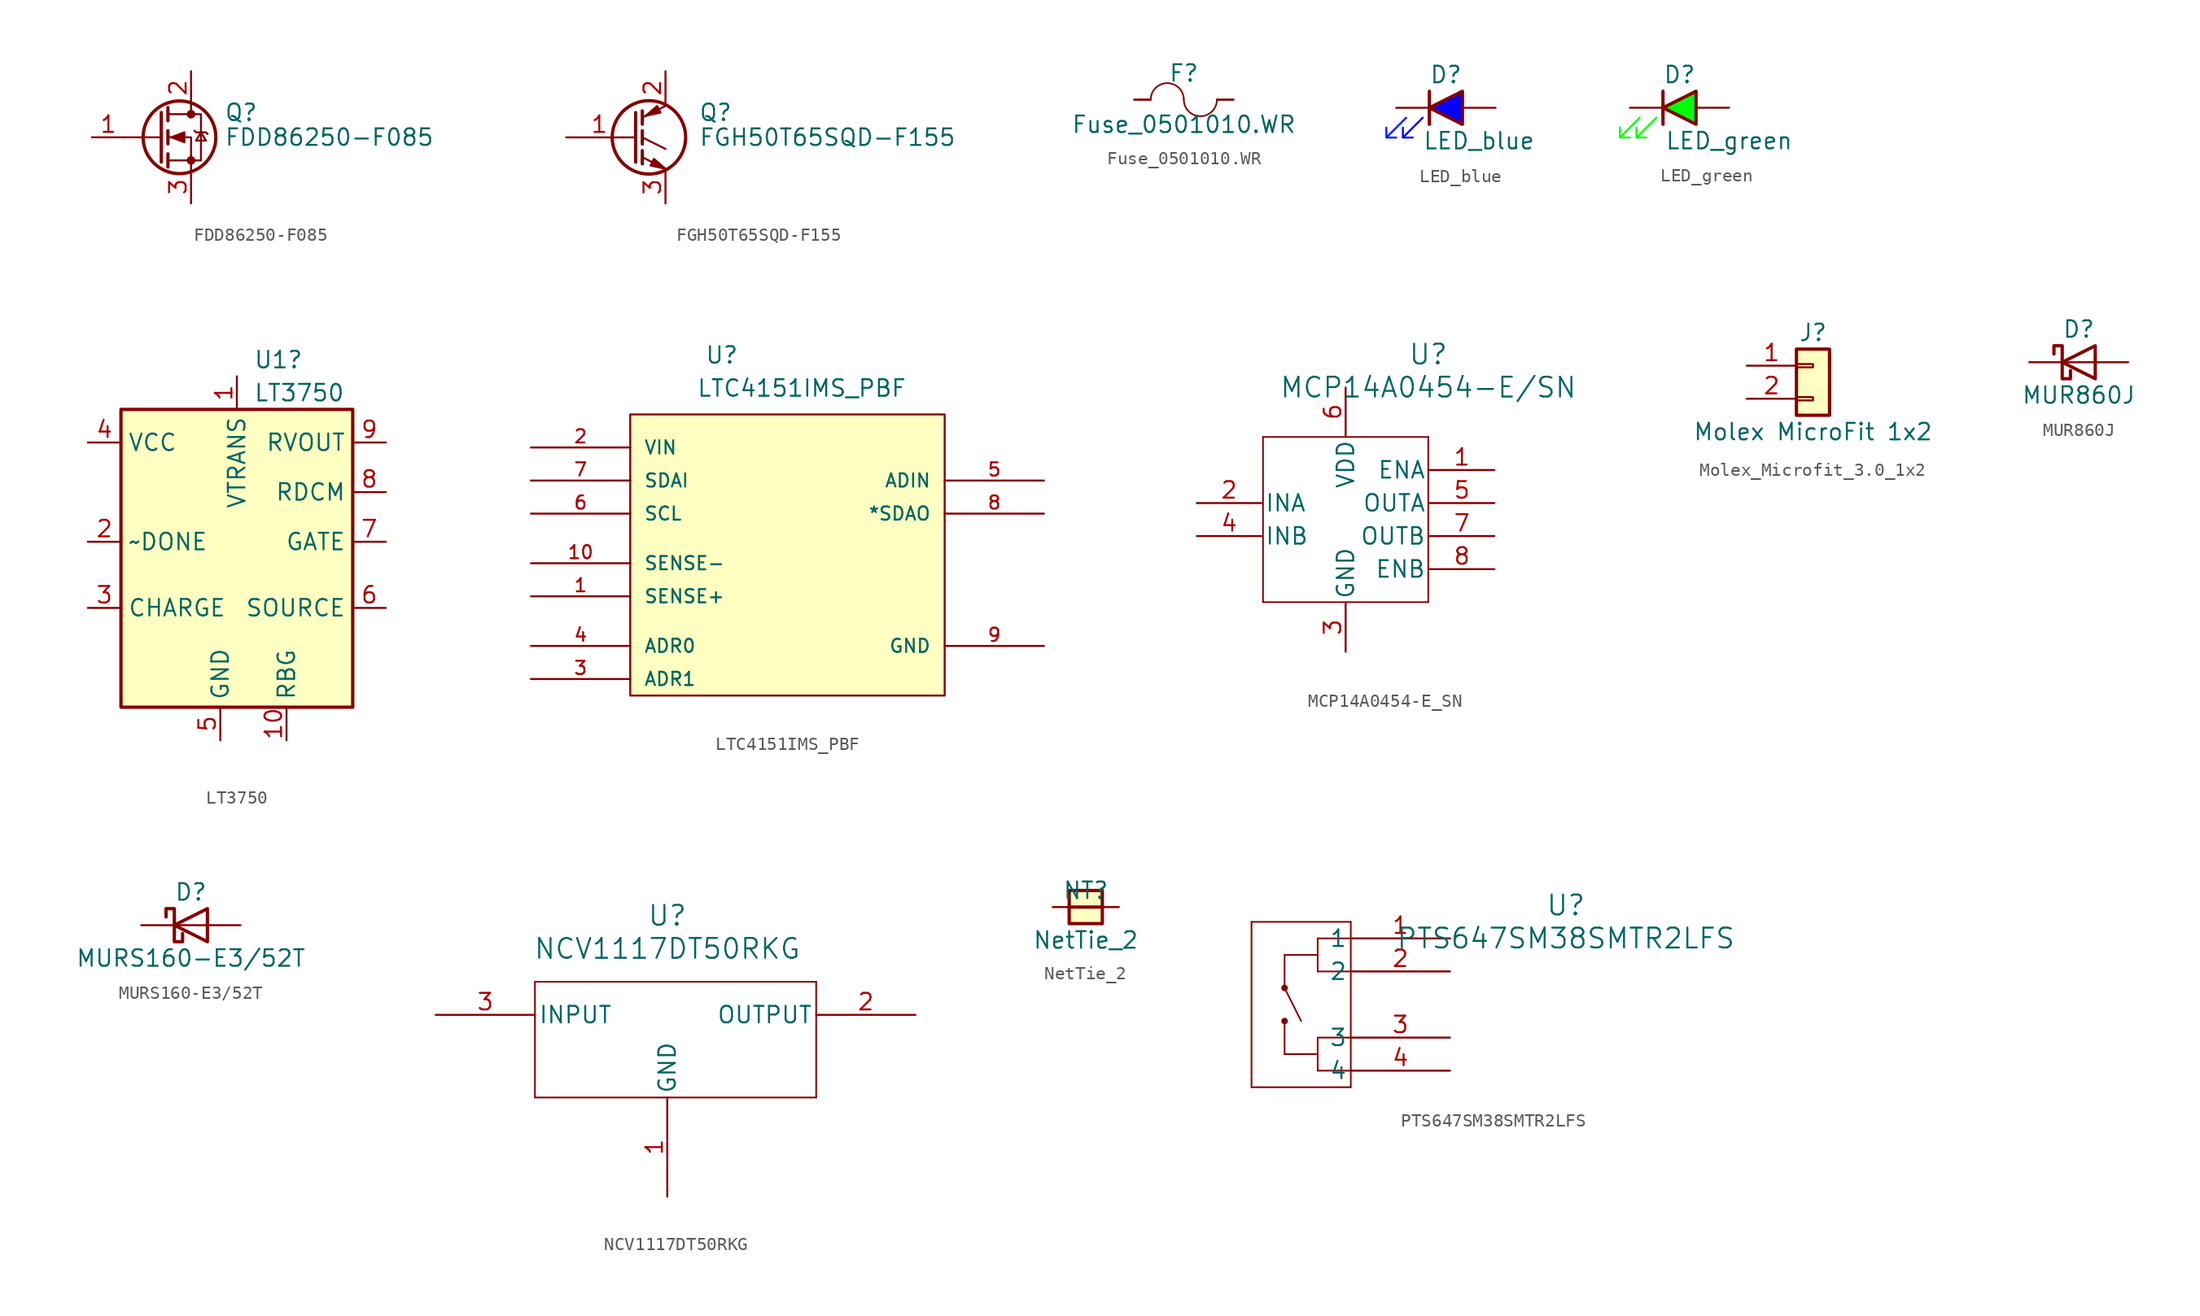
<source format=kicad_sym>
(kicad_symbol_lib
  (version 20220914)
  (generator kicad_symbol_editor)
  (symbol "FDD86250-F085"
    (pin_names hide)
    (property "Reference" "Q"
      (at 5.08 1.905 0)
      (effects (font (size 1.27 1.27)) (justify left)))
    (property "Value" "FDD86250-F085"
      (at 5.08 0 0)
      (effects (font (size 1.27 1.27)) (justify left)))
    (symbol "FDD86250-F085_0_1"
      (polyline (pts (xy 0.254 0) (xy -2.54 0)) (stroke (width 0) (type default)) (fill (type none)))
      (polyline (pts (xy 0.254 1.905) (xy 0.254 -1.905)) (stroke (width 0.254) (type default)) (fill (type none)))
      (polyline (pts (xy 0.762 -1.27) (xy 0.762 -2.286)) (stroke (width 0.254) (type default)) (fill (type none)))
      (polyline (pts (xy 0.762 0.508) (xy 0.762 -0.508)) (stroke (width 0.254) (type default)) (fill (type none)))
      (polyline (pts (xy 0.762 2.286) (xy 0.762 1.27)) (stroke (width 0.254) (type default)) (fill (type none)))
      (polyline (pts (xy 2.54 2.54) (xy 2.54 1.778)) (stroke (width 0) (type default)) (fill (type none)))
      (polyline (pts (xy 2.54 -2.54) (xy 2.54 0) (xy 0.762 0)) (stroke (width 0) (type default)) (fill (type none)))
      (polyline (pts (xy 0.762 -1.778) (xy 3.302 -1.778) (xy 3.302 1.778) (xy 0.762 1.778)) (stroke (width 0) (type default)) (fill (type none)))
      (polyline (pts (xy 1.016 0) (xy 2.032 0.381) (xy 2.032 -0.381) (xy 1.016 0)) (stroke (width 0) (type default)) (fill (type outline)))
      (polyline (pts (xy 2.794 0.508) (xy 2.921 0.381) (xy 3.683 0.381) (xy 3.81 0.254)) (stroke (width 0) (type default)) (fill (type none)))
      (polyline (pts (xy 3.302 0.381) (xy 2.921 -0.254) (xy 3.683 -0.254) (xy 3.302 0.381)) (stroke (width 0) (type default)) (fill (type none)))
      (circle (center 1.651 0) (radius 2.794) (stroke (width 0.254) (type default)) (fill (type none)))
      (circle (center 2.54 -1.778) (radius 0.254) (stroke (width 0) (type default)) (fill (type outline)))
      (circle (center 2.54 1.778) (radius 0.254) (stroke (width 0) (type default)) (fill (type outline))))
    (symbol "FDD86250-F085_1_1"
      (pin passive line (at -5.08 0 0) (length 2.54) (name "G" (effects (font (size 1.27 1.27)))) (number "1" (effects (font (size 1.27 1.27)))))
      (pin passive line (at 2.54 5.08 270) (length 2.54) (name "D" (effects (font (size 1.27 1.27)))) (number "2" (effects (font (size 1.27 1.27)))))
      (pin passive line (at 2.54 -5.08 90) (length 2.54) (name "S" (effects (font (size 1.27 1.27)))) (number "3" (effects (font (size 1.27 1.27)))))))
  (symbol "FGH50T65SQD-F155"
    (pin_names
      (offset 0) hide)
    (property "Reference" "Q"
      (at 5.08 1.905 0)
      (effects (font (size 1.27 1.27)) (justify left)))
    (property "Value" "FGH50T65SQD-F155\n"
      (at 5.08 0 0)
      (effects (font (size 1.27 1.27)) (justify left)))
    (symbol "FGH50T65SQD-F155_0_1"
      (polyline (pts (xy 0 0) (xy 0.254 0)) (stroke (width 0) (type default)) (fill (type none)))
      (polyline (pts (xy 0.762 -1.016) (xy 0.762 -2.032)) (stroke (width 0.254) (type default)) (fill (type none)))
      (polyline (pts (xy 0.762 0.508) (xy 0.762 -0.508)) (stroke (width 0.254) (type default)) (fill (type none)))
      (polyline (pts (xy 0.762 2.032) (xy 0.762 1.016)) (stroke (width 0.254) (type default)) (fill (type none)))
      (polyline (pts (xy 2.54 -2.413) (xy 0.762 -1.524)) (stroke (width 0) (type default)) (fill (type none)))
      (polyline (pts (xy 2.54 -0.889) (xy 0.762 0)) (stroke (width 0) (type default)) (fill (type none)))
      (polyline (pts (xy 2.54 2.413) (xy 0.762 1.524)) (stroke (width 0) (type default)) (fill (type none)))
      (polyline (pts (xy 0.254 1.905) (xy 0.254 -1.905) (xy 0.254 -1.905)) (stroke (width 0.254) (type default)) (fill (type none)))
      (polyline (pts (xy 1.397 -2.159) (xy 1.651 -1.651) (xy 2.54 -2.413) (xy 1.397 -2.159)) (stroke (width 0) (type default)) (fill (type outline)))
      (polyline (pts (xy 2.159 1.905) (xy 1.905 2.413) (xy 1.016 1.651) (xy 2.159 1.905)) (stroke (width 0) (type default)) (fill (type outline)))
      (circle (center 1.27 0) (radius 2.819) (stroke (width 0.254) (type default)) (fill (type none))))
    (symbol "FGH50T65SQD-F155_1_1"
      (pin input line (at -5.08 0 0) (length 5.08) (name "G" (effects (font (size 1.27 1.27)))) (number "1" (effects (font (size 1.27 1.27)))))
      (pin passive line (at 2.54 5.08 270) (length 2.54) (name "C" (effects (font (size 1.27 1.27)))) (number "2" (effects (font (size 1.27 1.27)))))
      (pin passive line (at 2.54 -5.08 90) (length 2.54) (name "E" (effects (font (size 1.27 1.27)))) (number "3" (effects (font (size 1.27 1.27)))))))
  (symbol "Fuse_0501010.WR"
    (pin_numbers hide)
    (pin_names
      (offset 0))
    (property "Reference" "F"
      (at 0 2.032 0)
      (effects (font (size 1.27 1.27))))
    (property "Value" "Fuse_0501010.WR"
      (at 0 -1.905 0)
      (effects (font (size 1.27 1.27))))
    (symbol "Fuse_0501010.WR_0_1"
      (arc (start 0 0) (mid -1.27 1.2645) (end -2.54 0) (stroke (width 0.127) (type default)) (fill (type none)))
      (polyline (pts (xy -3.81 0) (xy -2.54 0)) (stroke (width 0.127) (type default)) (fill (type none)))
      (polyline (pts (xy 2.54 0) (xy 3.81 0)) (stroke (width 0.127) (type default)) (fill (type none)))
      (arc (start 0 0) (mid 1.27 -1.2645) (end 2.54 0) (stroke (width 0.127) (type default)) (fill (type none))))
    (symbol "Fuse_0501010.WR_1_1"
      (pin passive line (at -3.81 0 0) (length 1.27) (name "~" (effects (font (size 1.27 1.27)))) (number "1" (effects (font (size 1.27 1.27)))))
      (pin passive line (at 3.81 0 180) (length 1.27) (name "~" (effects (font (size 1.27 1.27)))) (number "2" (effects (font (size 1.27 1.27)))))))
  (symbol "LED_blue"
    (pin_numbers hide)
    (pin_names
      (offset 1.016) hide)
    (property "Reference" "D"
      (at 0 2.54 0)
      (effects (font (size 1.27 1.27))))
    (property "Value" "LED_blue"
      (at 2.54 -2.54 0)
      (effects (font (size 1.27 1.27))))
    (symbol "LED_blue_0_1"
      (polyline (pts (xy -1.27 -1.27) (xy -1.27 1.27)) (stroke (width 0.254) (type default)) (fill (type none))))
    (symbol "LED_blue_1_1"
      (polyline (pts (xy 1.27 -1.27) (xy 1.27 1.27) (xy -1.27 0) (xy 1.27 -1.27)) (stroke (width 0.254) (type default)) (fill (type color) (color 0 2 255 1)))
      (polyline (pts (xy -3.048 -0.762) (xy -4.572 -2.286) (xy -3.81 -2.286) (xy -4.572 -2.286) (xy -4.572 -1.524)) (stroke (width 0) (type default) (color 0 35 255 1)) (fill (type none)))
      (polyline (pts (xy -1.778 -0.762) (xy -3.302 -2.286) (xy -2.54 -2.286) (xy -3.302 -2.286) (xy -3.302 -1.524)) (stroke (width 0) (type default) (color 0 7 255 1)) (fill (type none)))
      (pin passive line (at -3.81 0 0) (length 2.54) (name "K" (effects (font (size 1.27 1.27)))) (number "1" (effects (font (size 1.27 1.27)))))
      (pin passive line (at 3.81 0 180) (length 2.54) (name "A" (effects (font (size 1.27 1.27)))) (number "2" (effects (font (size 1.27 1.27)))))))
  (symbol "LED_green"
    (pin_numbers hide)
    (pin_names
      (offset 1.016) hide)
    (property "Reference" "D"
      (at 0 2.54 0)
      (effects (font (size 1.27 1.27))))
    (property "Value" "LED_green"
      (at 3.81 -2.54 0)
      (effects (font (size 1.27 1.27))))
    (symbol "LED_green_0_1"
      (polyline (pts (xy -1.27 -1.27) (xy -1.27 1.27)) (stroke (width 0.254) (type default)) (fill (type none))))
    (symbol "LED_green_1_1"
      (polyline (pts (xy 1.27 -1.27) (xy 1.27 1.27) (xy -1.27 0) (xy 1.27 -1.27)) (stroke (width 0.254) (type default)) (fill (type color) (color 0 255 11 1)))
      (polyline (pts (xy -3.048 -0.762) (xy -4.572 -2.286) (xy -3.81 -2.286) (xy -4.572 -2.286) (xy -4.572 -1.524)) (stroke (width 0) (type default) (color 8 255 17 1)) (fill (type none)))
      (polyline (pts (xy -1.778 -0.762) (xy -3.302 -2.286) (xy -2.54 -2.286) (xy -3.302 -2.286) (xy -3.302 -1.524)) (stroke (width 0) (type default) (color 0 255 0 1)) (fill (type none)))
      (pin passive line (at -3.81 0 0) (length 2.54) (name "K" (effects (font (size 1.27 1.27)))) (number "1" (effects (font (size 1.27 1.27)))))
      (pin passive line (at 3.81 0 180) (length 2.54) (name "A" (effects (font (size 1.27 1.27)))) (number "2" (effects (font (size 1.27 1.27)))))))
  (symbol "LT3750"
    (property "Reference" "U1"
      (at 2.54 13.97 0)
      (effects (font (size 1.27 1.27)) (justify left)))
    (property "Value" "LT3750"
      (at 2.54 11.43 0)
      (effects (font (size 1.27 1.27)) (justify left)))
    (symbol "LT3750_0_1"
      (rectangle (start -7.62 10.16) (end 10.16 -12.7) (stroke (width 0.254) (type default)) (fill (type background))))
    (symbol "LT3750_1_1"
      (pin output line (at 1.27 12.7 270) (length 2.54) (name "VTRANS" (effects (font (size 1.27 1.27)))) (number "1" (effects (font (size 1.27 1.27)))))
      (pin input line (at 5.08 -15.24 90) (length 2.54) (name "RBG" (effects (font (size 1.27 1.27)))) (number "10" (effects (font (size 1.27 1.27)))))
      (pin input line (at -10.16 0 0) (length 2.54) (name "~DONE" (effects (font (size 1.27 1.27)))) (number "2" (effects (font (size 1.27 1.27)))))
      (pin input line (at -10.16 -5.08 0) (length 2.54) (name "CHARGE" (effects (font (size 1.27 1.27)))) (number "3" (effects (font (size 1.27 1.27)))))
      (pin power_in line (at -10.16 7.62 0) (length 2.54) (name "VCC" (effects (font (size 1.27 1.27)))) (number "4" (effects (font (size 1.27 1.27)))))
      (pin power_in line (at 0 -15.24 90) (length 2.54) (name "GND" (effects (font (size 1.27 1.27)))) (number "5" (effects (font (size 1.27 1.27)))))
      (pin input line (at 12.7 -5.08 180) (length 2.54) (name "SOURCE" (effects (font (size 1.27 1.27)))) (number "6" (effects (font (size 1.27 1.27)))))
      (pin output line (at 12.7 0 180) (length 2.54) (name "GATE" (effects (font (size 1.27 1.27)))) (number "7" (effects (font (size 1.27 1.27)))))
      (pin input line (at 12.7 3.81 180) (length 2.54) (name "RDCM" (effects (font (size 1.27 1.27)))) (number "8" (effects (font (size 1.27 1.27)))))
      (pin input line (at 12.7 7.62 180) (length 2.54) (name "RVOUT" (effects (font (size 1.27 1.27)))) (number "9" (effects (font (size 1.27 1.27)))))))
  (symbol "LTC4151IMS_PBF"
    (pin_names
      (offset 1.016))
    (property "Reference" "U"
      (at -5.715 13.97 0)
      (effects (font (size 1.27 1.27)) (justify left bottom)))
    (property "Value" "LTC4151IMS_PBF"
      (at -6.35 11.43 0)
      (effects (font (size 1.27 1.27)) (justify left bottom)))
    (symbol "LTC4151IMS_PBF_0_0"
      (rectangle (start -11.43 10.16) (end 12.7 -11.43) (stroke (width 0.152) (type default)) (fill (type background)))
      (pin passive line (at -19.05 -3.81 0) (length 7.62) (name "SENSE+" (effects (font (size 1.016 1.016)))) (number "1" (effects (font (size 1.016 1.016)))))
      (pin passive line (at -19.05 -1.27 0) (length 7.62) (name "SENSE-" (effects (font (size 1.016 1.016)))) (number "10" (effects (font (size 1.016 1.016)))))
      (pin input line (at -19.05 7.62 0) (length 7.62) (name "VIN" (effects (font (size 1.016 1.016)))) (number "2" (effects (font (size 1.016 1.016)))))
      (pin input line (at -19.05 -10.16 0) (length 7.62) (name "ADR1" (effects (font (size 1.016 1.016)))) (number "3" (effects (font (size 1.016 1.016)))))
      (pin input line (at -19.05 -7.62 0) (length 7.62) (name "ADR0" (effects (font (size 1.016 1.016)))) (number "4" (effects (font (size 1.016 1.016)))))
      (pin input line (at 20.32 5.08 180) (length 7.62) (name "ADIN" (effects (font (size 1.016 1.016)))) (number "5" (effects (font (size 1.016 1.016)))))
      (pin input line (at -19.05 2.54 0) (length 7.62) (name "SCL" (effects (font (size 1.016 1.016)))) (number "6" (effects (font (size 1.016 1.016)))))
      (pin input line (at -19.05 5.08 0) (length 7.62) (name "SDAI" (effects (font (size 1.016 1.016)))) (number "7" (effects (font (size 1.016 1.016)))))
      (pin output line (at 20.32 2.54 180) (length 7.62) (name "*SDAO" (effects (font (size 1.016 1.016)))) (number "8" (effects (font (size 1.016 1.016)))))
      (pin power_in line (at 20.32 -7.62 180) (length 7.62) (name "GND" (effects (font (size 1.016 1.016)))) (number "9" (effects (font (size 1.016 1.016)))))))
  (symbol "MCP14A0454-E_SN"
    (pin_names
      (offset 0.254))
    (property "Reference" "U"
      (at 20.32 10.16 0)
      (effects (font (size 1.524 1.524))))
    (property "Value" "MCP14A0454-E/SN"
      (at 20.32 7.62 0)
      (effects (font (size 1.524 1.524))))
    (symbol "MCP14A0454-E_SN_0_1"
      (polyline (pts (xy 7.62 -8.89) (xy 20.32 -8.89)) (stroke (width 0.127) (type default)) (fill (type none)))
      (polyline (pts (xy 7.62 3.81) (xy 7.62 -8.89)) (stroke (width 0.127) (type default)) (fill (type none)))
      (polyline (pts (xy 20.32 -8.89) (xy 20.32 3.81)) (stroke (width 0.127) (type default)) (fill (type none)))
      (polyline (pts (xy 20.32 3.81) (xy 7.62 3.81)) (stroke (width 0.127) (type default)) (fill (type none))))
    (symbol "MCP14A0454-E_SN_1_1"
      (pin input line (at 25.4 1.27 180) (length 4.99) (name "ENA" (effects (font (size 1.27 1.27)))) (number "1" (effects (font (size 1.27 1.27)))))
      (pin input line (at 2.54 -1.27 0) (length 4.95) (name "INA" (effects (font (size 1.27 1.27)))) (number "2" (effects (font (size 1.27 1.27)))))
      (pin power_out line (at 13.97 -12.7 90) (length 3.75) (name "GND" (effects (font (size 1.27 1.27)))) (number "3" (effects (font (size 1.27 1.27)))))
      (pin input line (at 2.54 -3.81 0) (length 4.95) (name "INB" (effects (font (size 1.27 1.27)))) (number "4" (effects (font (size 1.27 1.27)))))
      (pin output line (at 25.4 -1.27 180) (length 4.99) (name "OUTA" (effects (font (size 1.27 1.27)))) (number "5" (effects (font (size 1.27 1.27)))))
      (pin power_in line (at 13.97 7.62 270) (length 3.75) (name "VDD" (effects (font (size 1.27 1.27)))) (number "6" (effects (font (size 1.27 1.27)))))
      (pin output line (at 25.4 -3.81 180) (length 4.99) (name "OUTB" (effects (font (size 1.27 1.27)))) (number "7" (effects (font (size 1.27 1.27)))))
      (pin input line (at 25.4 -6.35 180) (length 4.99) (name "ENB" (effects (font (size 1.27 1.27)))) (number "8" (effects (font (size 1.27 1.27)))))))
  (symbol "Molex_Microfit_3.0_1x2"
    (pin_names
      (offset 1.016) hide)
    (property "Reference" "J"
      (at 0 2.54 0)
      (effects (font (size 1.27 1.27))))
    (property "Value" "Molex MicroFit 1x2"
      (at 0 -5.08 0)
      (effects (font (size 1.27 1.27))))
    (symbol "Molex_Microfit_3.0_1x2_1_1"
      (rectangle (start -1.27 -2.413) (end 0 -2.667) (stroke (width 0.152) (type default)) (fill (type none)))
      (rectangle (start -1.27 0.127) (end 0 -0.127) (stroke (width 0.152) (type default)) (fill (type none)))
      (rectangle (start -1.27 1.27) (end 1.27 -3.81) (stroke (width 0.254) (type default)) (fill (type background)))
      (pin passive line (at -5.08 0 0) (length 3.81) (name "Pin_1" (effects (font (size 1.27 1.27)))) (number "1" (effects (font (size 1.27 1.27)))))
      (pin passive line (at -5.08 -2.54 0) (length 3.81) (name "Pin_2" (effects (font (size 1.27 1.27)))) (number "2" (effects (font (size 1.27 1.27)))))))
  (symbol "MUR860J"
    (pin_numbers hide)
    (pin_names
      (offset 1.016) hide)
    (property "Reference" "D"
      (at 0 2.54 0)
      (effects (font (size 1.27 1.27))))
    (property "Value" "MUR860J"
      (at 0 -2.54 0)
      (effects (font (size 1.27 1.27))))
    (symbol "MUR860J_0_1"
      (polyline (pts (xy 1.27 0) (xy -1.27 0)) (stroke (width 0) (type default)) (fill (type none)))
      (polyline (pts (xy 1.27 1.27) (xy 1.27 -1.27) (xy -1.27 0) (xy 1.27 1.27)) (stroke (width 0.254) (type default)) (fill (type none)))
      (polyline (pts (xy -1.905 0.635) (xy -1.905 1.27) (xy -1.27 1.27) (xy -1.27 -1.27) (xy -0.635 -1.27) (xy -0.635 -0.635)) (stroke (width 0.254) (type default)) (fill (type none))))
    (symbol "MUR860J_1_1"
      (pin passive line (at -3.81 0 0) (length 2.54) (name "K" (effects (font (size 1.27 1.27)))) (number "1" (effects (font (size 1.27 1.27)))))
      (pin passive line (at 3.81 0 180) (length 2.54) (name "A" (effects (font (size 1.27 1.27)))) (number "2" (effects (font (size 1.27 1.27)))))))
  (symbol "MURS160-E3/52T"
    (pin_numbers hide)
    (pin_names
      (offset 1.016) hide)
    (property "Reference" "D"
      (at 0 2.54 0)
      (effects (font (size 1.27 1.27))))
    (property "Value" "MURS160-E3/52T"
      (at 0 -2.54 0)
      (effects (font (size 1.27 1.27))))
    (symbol "MURS160-E3/52T_0_1"
      (polyline (pts (xy 1.27 0) (xy -1.27 0)) (stroke (width 0) (type default)) (fill (type none)))
      (polyline (pts (xy 1.27 1.27) (xy 1.27 -1.27) (xy -1.27 0) (xy 1.27 1.27)) (stroke (width 0.254) (type default)) (fill (type none)))
      (polyline (pts (xy -1.905 0.635) (xy -1.905 1.27) (xy -1.27 1.27) (xy -1.27 -1.27) (xy -0.635 -1.27) (xy -0.635 -0.635)) (stroke (width 0.254) (type default)) (fill (type none))))
    (symbol "MURS160-E3/52T_1_1"
      (pin passive line (at -3.81 0 0) (length 2.54) (name "K" (effects (font (size 1.27 1.27)))) (number "1" (effects (font (size 1.27 1.27)))))
      (pin passive line (at 3.81 0 180) (length 2.54) (name "A" (effects (font (size 1.27 1.27)))) (number "2" (effects (font (size 1.27 1.27)))))))
  (symbol "NCV1117DT50RKG"
    (pin_names
      (offset 0.254))
    (property "Reference" "U"
      (at 0 7.62 0)
      (effects (font (size 1.524 1.524))))
    (property "Value" "NCV1117DT50RKG"
      (at 0 5.08 0)
      (effects (font (size 1.524 1.524))))
    (symbol "NCV1117DT50RKG_0_1"
      (polyline (pts (xy -10.16 -6.35) (xy 11.43 -6.35)) (stroke (width 0.127) (type default)) (fill (type none)))
      (polyline (pts (xy -10.16 2.54) (xy -10.16 -6.35)) (stroke (width 0.127) (type default)) (fill (type none)))
      (polyline (pts (xy 11.43 -6.35) (xy 11.43 2.54)) (stroke (width 0.127) (type default)) (fill (type none)))
      (polyline (pts (xy 11.43 2.54) (xy -10.16 2.54)) (stroke (width 0.127) (type default)) (fill (type none)))
      (pin output line (at 19.05 0 180) (length 7.62) (name "OUTPUT" (effects (font (size 1.27 1.27)))) (number "2" (effects (font (size 1.27 1.27)))))
      (pin input line (at -17.78 0 0) (length 7.62) (name "INPUT" (effects (font (size 1.27 1.27)))) (number "3" (effects (font (size 1.27 1.27))))))
    (symbol "NCV1117DT50RKG_1_1"
      (pin bidirectional line (at 0 -13.97 90) (length 7.62) (name "GND" (effects (font (size 1.27 1.27)))) (number "1" (effects (font (size 1.27 1.27)))))))
  (symbol "NetTie_2"
    (pin_numbers hide)
    (pin_names
      (offset 0) hide)
    (property "Reference" "NT"
      (at 0 1.27 0)
      (effects (font (size 1.27 1.27))))
    (property "Value" "NetTie_2"
      (at 0 -2.54 0)
      (effects (font (size 1.27 1.27))))
    (symbol "NetTie_2_0_1"
      (polyline (pts (xy -1.27 0) (xy 1.27 0)) (stroke (width 0.254) (type default)) (fill (type none))))
    (symbol "NetTie_2_1_0"
      (rectangle (start -1.27 1.27) (end 1.27 -1.27) (stroke (width 0.254) (type default)) (fill (type background))))
    (symbol "NetTie_2_1_1"
      (pin passive line (at -2.54 0 0) (length 2.54) (name "1" (effects (font (size 1.27 1.27)))) (number "1" (effects (font (size 1.27 1.27)))))
      (pin passive line (at 2.54 0 180) (length 2.54) (name "2" (effects (font (size 1.27 1.27)))) (number "2" (effects (font (size 1.27 1.27)))))))
  (symbol "PTS647SM38SMTR2LFS"
    (pin_names
      (offset 0.254))
    (property "Reference" "U"
      (at 20.32 7.62 0)
      (effects (font (size 1.524 1.524))))
    (property "Value" "PTS647SM38SMTR2LFS"
      (at 20.32 5.08 0)
      (effects (font (size 1.524 1.524))))
    (symbol "PTS647SM38SMTR2LFS_0_1"
      (circle (center -1.27 -1.27) (radius 0.127) (stroke (width 0.254) (type default)) (fill (type none)))
      (circle (center -1.27 1.27) (radius 0.127) (stroke (width 0.254) (type default)) (fill (type none)))
      (polyline (pts (xy -3.81 -6.35) (xy 3.81 -6.35)) (stroke (width 0.127) (type default)) (fill (type none)))
      (polyline (pts (xy -3.81 6.35) (xy -3.81 -6.35)) (stroke (width 0.127) (type default)) (fill (type none)))
      (polyline (pts (xy -1.27 -3.81) (xy 1.27 -3.81)) (stroke (width 0.127) (type default)) (fill (type none)))
      (polyline (pts (xy -1.27 -1.27) (xy -1.27 -3.81)) (stroke (width 0.127) (type default)) (fill (type none)))
      (polyline (pts (xy -1.27 3.81) (xy -1.27 1.27)) (stroke (width 0.127) (type default)) (fill (type none)))
      (polyline (pts (xy -1.27 3.81) (xy 1.27 3.81)) (stroke (width 0.127) (type default)) (fill (type none)))
      (polyline (pts (xy 0 -1.27) (xy -1.27 1.27)) (stroke (width 0.127) (type default)) (fill (type none)))
      (polyline (pts (xy 1.27 -5.08) (xy 1.27 -2.54)) (stroke (width 0.127) (type default)) (fill (type none)))
      (polyline (pts (xy 1.27 -5.08) (xy 3.81 -5.08)) (stroke (width 0.127) (type default)) (fill (type none)))
      (polyline (pts (xy 1.27 -2.54) (xy 3.81 -2.54)) (stroke (width 0.127) (type default)) (fill (type none)))
      (polyline (pts (xy 1.27 2.54) (xy 3.81 2.54)) (stroke (width 0.127) (type default)) (fill (type none)))
      (polyline (pts (xy 1.27 5.08) (xy 1.27 2.54)) (stroke (width 0.127) (type default)) (fill (type none)))
      (polyline (pts (xy 1.27 5.08) (xy 3.81 5.08)) (stroke (width 0.127) (type default)) (fill (type none)))
      (polyline (pts (xy 3.81 -6.35) (xy 3.81 6.35)) (stroke (width 0.127) (type default)) (fill (type none)))
      (polyline (pts (xy 3.81 6.35) (xy -3.81 6.35)) (stroke (width 0.127) (type default)) (fill (type none)))
      (pin unspecified line (at 11.43 5.08 180) (length 7.62) (name "1" (effects (font (size 1.27 1.27)))) (number "1" (effects (font (size 1.27 1.27)))))
      (pin unspecified line (at 11.43 2.54 180) (length 7.62) (name "2" (effects (font (size 1.27 1.27)))) (number "2" (effects (font (size 1.27 1.27)))))
      (pin unspecified line (at 11.43 -2.54 180) (length 7.62) (name "3" (effects (font (size 1.27 1.27)))) (number "3" (effects (font (size 1.27 1.27))))))
    (symbol "PTS647SM38SMTR2LFS_1_1"
      (pin unspecified line (at 11.43 -5.08 180) (length 7.62) (name "4" (effects (font (size 1.27 1.27)))) (number "4" (effects (font (size 1.27 1.27))))))))
</source>
